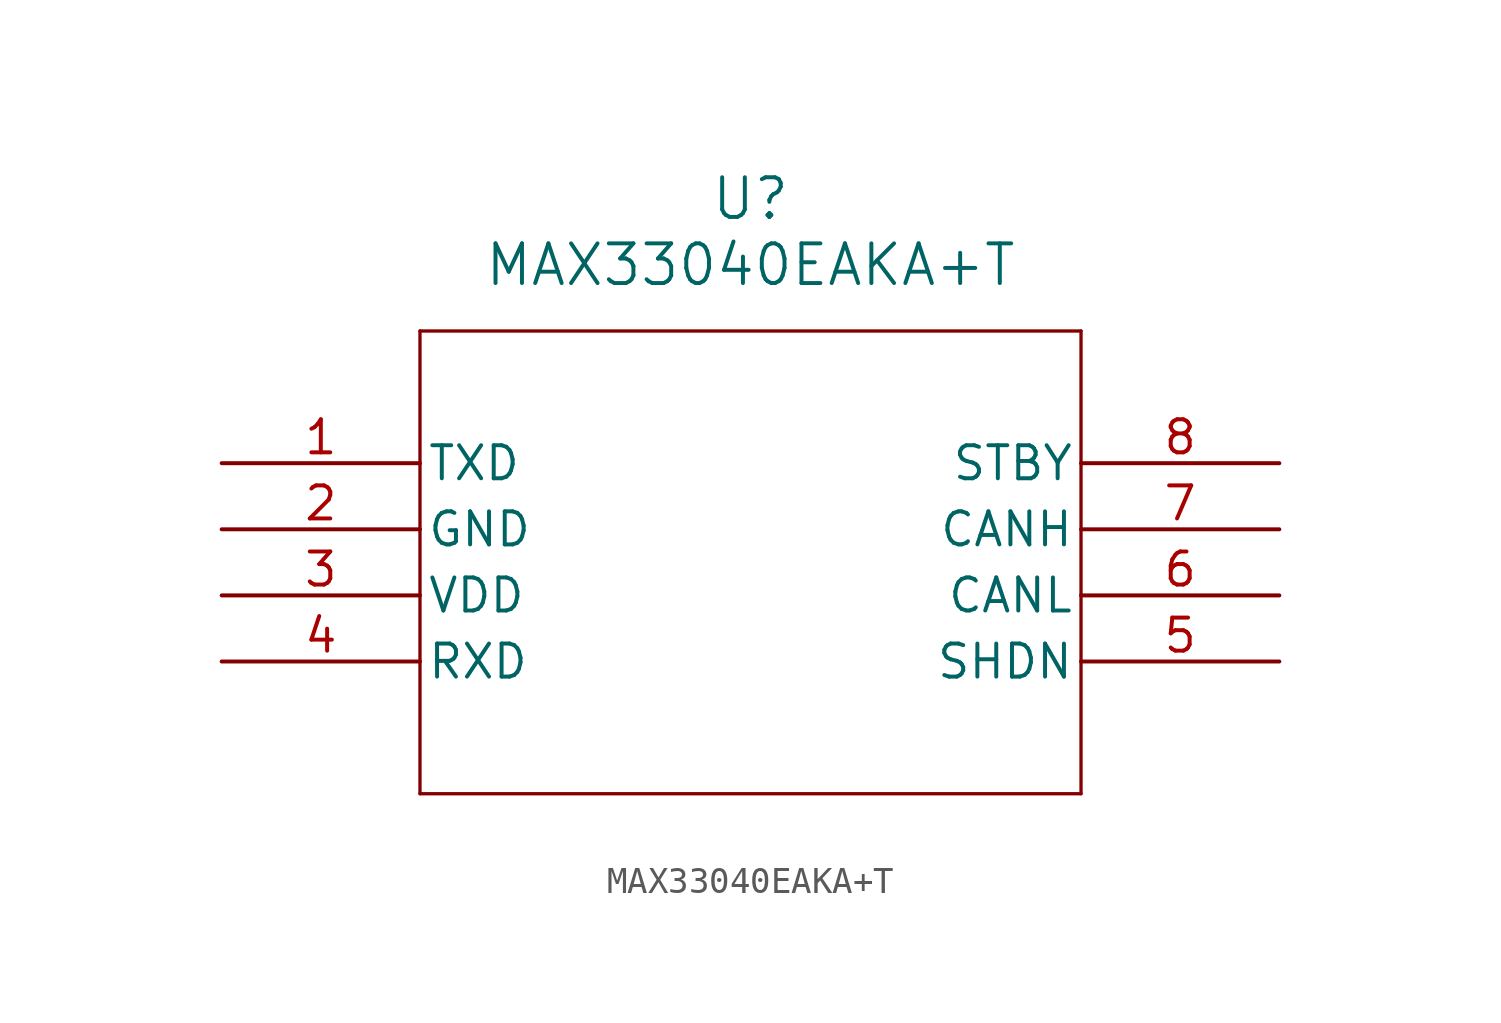
<source format=kicad_sym>
(kicad_symbol_lib
  (version 20211014)
  (generator kicad_symbol_editor)
  (symbol "MAX33040EAKA+T"
    (pin_names
      (offset 0.254))
    (property "Reference" "U"
      (at 20.32 10.16 0)
      (effects (font (size 1.524 1.524))))
    (property "Value" "MAX33040EAKA+T"
      (at 20.32 7.62 0)
      (effects (font (size 1.524 1.524))))
    (symbol "MAX33040EAKA+T_0_1"
      (polyline (pts (xy 7.62 5.08) (xy 7.62 -12.7)) (stroke (width 0.127) (type default) (color 0 0 0 0)) (fill (type none)))
      (polyline (pts (xy 7.62 -12.7) (xy 33.02 -12.7)) (stroke (width 0.127) (type default) (color 0 0 0 0)) (fill (type none)))
      (polyline (pts (xy 33.02 -12.7) (xy 33.02 5.08)) (stroke (width 0.127) (type default) (color 0 0 0 0)) (fill (type none)))
      (polyline (pts (xy 33.02 5.08) (xy 7.62 5.08)) (stroke (width 0.127) (type default) (color 0 0 0 0)) (fill (type none)))
      (pin input line (at 0 0 0) (length 7.62) (name "TXD" (effects (font (size 1.27 1.27)))) (number "1" (effects (font (size 1.27 1.27)))))
      (pin power_in line (at 0 -2.54 0) (length 7.62) (name "GND" (effects (font (size 1.27 1.27)))) (number "2" (effects (font (size 1.27 1.27)))))
      (pin power_in line (at 0 -5.08 0) (length 7.62) (name "VDD" (effects (font (size 1.27 1.27)))) (number "3" (effects (font (size 1.27 1.27)))))
      (pin output line (at 0 -7.62 0) (length 7.62) (name "RXD" (effects (font (size 1.27 1.27)))) (number "4" (effects (font (size 1.27 1.27)))))
      (pin input line (at 40.64 -7.62 180) (length 7.62) (name "SHDN" (effects (font (size 1.27 1.27)))) (number "5" (effects (font (size 1.27 1.27)))))
      (pin unspecified line (at 40.64 -5.08 180) (length 7.62) (name "CANL" (effects (font (size 1.27 1.27)))) (number "6" (effects (font (size 1.27 1.27)))))
      (pin unspecified line (at 40.64 -2.54 180) (length 7.62) (name "CANH" (effects (font (size 1.27 1.27)))) (number "7" (effects (font (size 1.27 1.27)))))
      (pin unspecified line (at 40.64 0 180) (length 7.62) (name "STBY" (effects (font (size 1.27 1.27)))) (number "8" (effects (font (size 1.27 1.27))))))))
</source>
